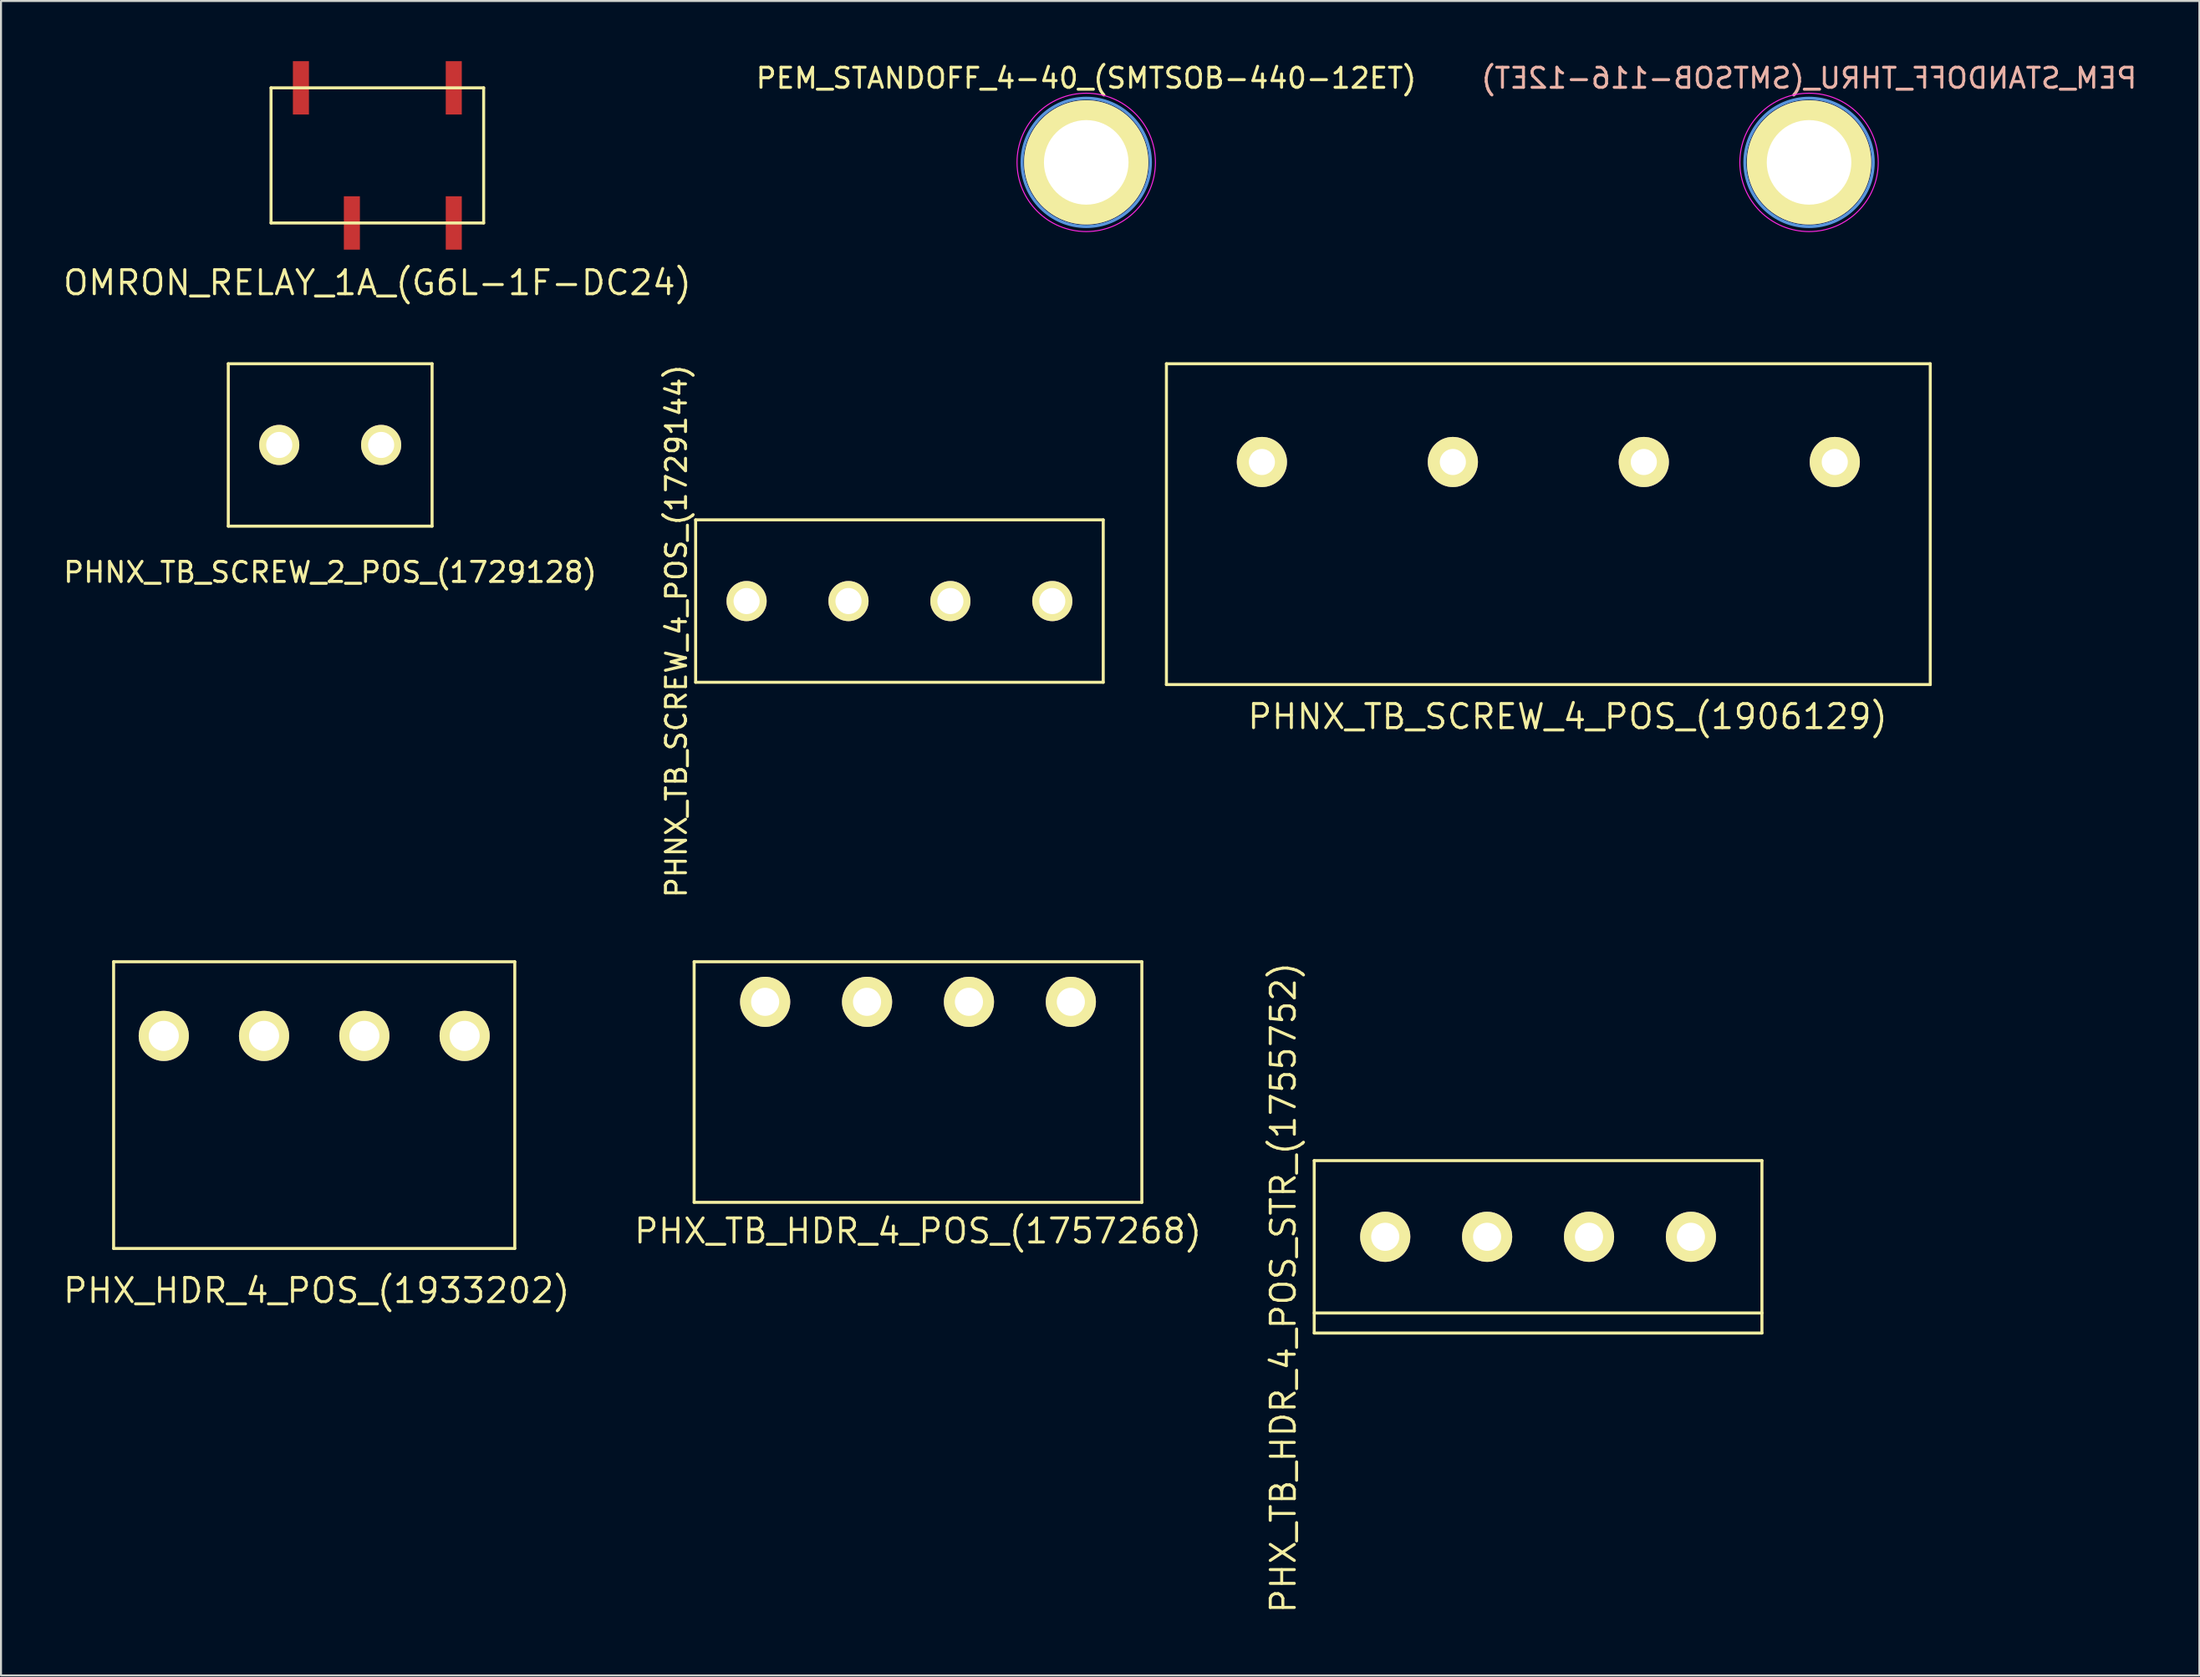
<source format=kicad_pcb>
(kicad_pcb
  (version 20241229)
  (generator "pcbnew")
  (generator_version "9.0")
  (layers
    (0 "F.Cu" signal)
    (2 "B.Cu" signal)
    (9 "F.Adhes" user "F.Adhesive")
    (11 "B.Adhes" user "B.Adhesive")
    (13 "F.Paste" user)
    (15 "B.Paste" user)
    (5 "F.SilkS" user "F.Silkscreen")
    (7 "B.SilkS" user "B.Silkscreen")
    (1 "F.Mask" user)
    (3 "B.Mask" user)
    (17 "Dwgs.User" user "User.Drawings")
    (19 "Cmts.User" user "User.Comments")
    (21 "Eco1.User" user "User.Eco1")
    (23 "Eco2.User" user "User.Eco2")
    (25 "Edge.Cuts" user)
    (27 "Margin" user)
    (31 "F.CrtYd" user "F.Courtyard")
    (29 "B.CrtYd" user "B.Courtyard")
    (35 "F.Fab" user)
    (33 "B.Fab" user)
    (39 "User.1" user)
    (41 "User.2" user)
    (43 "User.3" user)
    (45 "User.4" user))
  (footprint "PHX_TB_HDR_4_POS_(1757268)"
    (layer "F.Cu")
    (at 35.095 46.912)
    (property "Reference" "PHX_TB_HDR_4_POS_(1757268)" (at 7.62 11.43 0) (layer "F.SilkS") (effects (font (size 1.2 1.2) (thickness 0.15))))
    (attr through_hole)
    (fp_line (start -3.54 -2) (end -3.54 10) (stroke (width 0.15) (type solid)) (layer "F.SilkS"))
    (fp_line (start -3.54 -2) (end 18.78 -2) (stroke (width 0.15) (type solid)) (layer "F.SilkS"))
    (fp_line (start 18.78 -2) (end 18.78 10) (stroke (width 0.15) (type solid)) (layer "F.SilkS"))
    (fp_line (start 18.78 10) (end -3.54 10) (stroke (width 0.15) (type solid)) (layer "F.SilkS"))
    (pad "1" thru_hole circle (at 0 0) (size 2.5 2.5) (drill 1.4) (layers "*.Cu" "*.Mask" "F.SilkS"))
    (pad "2" thru_hole circle (at 5.08 0) (size 2.5 2.5) (drill 1.4) (layers "*.Cu" "*.Mask" "F.SilkS"))
    (pad "3" thru_hole circle (at 10.16 0) (size 2.5 2.5) (drill 1.4) (layers "*.Cu" "*.Mask" "F.SilkS"))
    (pad "4" thru_hole circle (at 15.24 0) (size 2.5 2.5) (drill 1.4) (layers "*.Cu" "*.Mask" "F.SilkS")))
  (footprint "OMRON_RELAY_1A_(G6L-1F-DC24)"
    (layer "F.Cu")
    (at 15.762 4.7)
    (property "Reference" "OMRON_RELAY_1A_(G6L-1F-DC24)" (at 0 6.35 180) (layer "F.SilkS") (effects (font (size 1.2 1.2) (thickness 0.15))))
    (attr through_hole)
    (fp_line (start -5.3 -3.37) (end -5.3 3.37) (stroke (width 0.15) (type solid)) (layer "F.SilkS"))
    (fp_line (start -5.3 3.37) (end 5.3 3.37) (stroke (width 0.15) (type solid)) (layer "F.SilkS"))
    (fp_line (start 5.3 -3.37) (end -5.3 -3.37) (stroke (width 0.15) (type solid)) (layer "F.SilkS"))
    (fp_line (start 5.3 3.37) (end 5.3 -3.37) (stroke (width 0.15) (type solid)) (layer "F.SilkS"))
    (pad "2" smd rect (at -1.27 3.37) (size 0.8 2.66) (layers "F.Cu" "F.Mask" "F.Paste"))
    (pad "4" smd rect (at 3.81 3.37) (size 0.8 2.66) (layers "F.Cu" "F.Mask" "F.Paste"))
    (pad "5" smd rect (at 3.81 -3.37) (size 0.8 2.66) (layers "F.Cu" "F.Mask" "F.Paste"))
    (pad "8" smd rect (at -3.81 -3.37) (size 0.8 2.66) (layers "F.Cu" "F.Mask" "F.Paste")))
  (footprint "PHX_HDR_4_POS_(1933202)"
    (layer "F.Cu")
    (at 5.114 48.612)
    (property "Reference" "PHX_HDR_4_POS_(1933202)" (at 7.62 12.7 0) (layer "F.SilkS") (effects (font (size 1.2 1.2) (thickness 0.15))))
    (attr through_hole)
    (fp_line (start -2.5 -3.7) (end -2.5 10.6) (stroke (width 0.15) (type solid)) (layer "F.SilkS"))
    (fp_line (start -2.5 -3.7) (end 17.5 -3.7) (stroke (width 0.15) (type solid)) (layer "F.SilkS"))
    (fp_line (start 17.5 -3.7) (end 17.5 10.6) (stroke (width 0.15) (type solid)) (layer "F.SilkS"))
    (fp_line (start 17.5 10.6) (end -2.5 10.6) (stroke (width 0.15) (type solid)) (layer "F.SilkS"))
    (pad "1" thru_hole circle (at 0 0) (size 2.5 2.5) (drill 1.5) (layers "*.Cu" "*.Mask" "F.SilkS"))
    (pad "2" thru_hole circle (at 5 0) (size 2.5 2.5) (drill 1.5) (layers "*.Cu" "*.Mask" "F.SilkS"))
    (pad "3" thru_hole circle (at 10 0) (size 2.5 2.5) (drill 1.5) (layers "*.Cu" "*.Mask" "F.SilkS"))
    (pad "4" thru_hole circle (at 15 0) (size 2.5 2.5) (drill 1.5) (layers "*.Cu" "*.Mask" "F.SilkS")))
  (footprint "PHNX_TB_SCREW_4_POS_(1729144)"
    (layer "F.Cu")
    (at 34.17 26.926)
    (property "Reference" "PHNX_TB_SCREW_4_POS_(1729144)" (at -3.5 1.5 90) (layer "F.SilkS") (effects (font (size 1 1) (thickness 0.15))))
    (attr through_hole)
    (fp_line (start -2.54 -4.05) (end -2.54 4.05) (stroke (width 0.15) (type solid)) (layer "F.SilkS"))
    (fp_line (start -2.54 4.05) (end 17.78 4.05) (stroke (width 0.15) (type solid)) (layer "F.SilkS"))
    (fp_line (start 17.78 -4.05) (end -2.54 -4.05) (stroke (width 0.15) (type solid)) (layer "F.SilkS"))
    (fp_line (start 17.78 4.05) (end 17.78 -4.05) (stroke (width 0.15) (type solid)) (layer "F.SilkS"))
    (pad "1" thru_hole circle (at 0 0) (size 2 2) (drill 1.3) (layers "*.Cu" "*.Mask" "F.SilkS"))
    (pad "2" thru_hole circle (at 5.08 0) (size 2 2) (drill 1.3) (layers "*.Cu" "*.Mask" "F.SilkS"))
    (pad "3" thru_hole circle (at 10.16 0) (size 2 2) (drill 1.3) (layers "*.Cu" "*.Mask" "F.SilkS"))
    (pad "4" thru_hole circle (at 15.24 0) (size 2 2) (drill 1.3) (layers "*.Cu" "*.Mask" "F.SilkS")))
  (footprint "PHX_TB_HDR_4_POS_STR_(1755752)"
    (layer "F.Cu")
    (at 66.008 58.63)
    (property "Reference" "PHX_TB_HDR_4_POS_STR_(1755752)" (at -5.08 2.54 90) (layer "F.SilkS") (effects (font (size 1.2 1.2) (thickness 0.15))))
    (attr through_hole)
    (fp_line (start -3.54 -3.8) (end -3.54 4.8) (stroke (width 0.15) (type solid)) (layer "F.SilkS"))
    (fp_line (start -3.54 -3.8) (end 18.78 -3.8) (stroke (width 0.15) (type solid)) (layer "F.SilkS"))
    (fp_line (start 18.78 -3.8) (end 18.78 4.8) (stroke (width 0.15) (type solid)) (layer "F.SilkS"))
    (fp_line (start 18.78 3.8) (end -3.54 3.8) (stroke (width 0.15) (type solid)) (layer "F.SilkS"))
    (fp_line (start 18.78 4.8) (end -3.54 4.8) (stroke (width 0.15) (type solid)) (layer "F.SilkS"))
    (pad "1" thru_hole circle (at 0 0) (size 2.5 2.5) (drill 1.4) (layers "*.Cu" "*.Mask" "F.SilkS"))
    (pad "2" thru_hole circle (at 5.08 0) (size 2.5 2.5) (drill 1.4) (layers "*.Cu" "*.Mask" "F.SilkS"))
    (pad "3" thru_hole circle (at 10.16 0) (size 2.5 2.5) (drill 1.4) (layers "*.Cu" "*.Mask" "F.SilkS"))
    (pad "4" thru_hole circle (at 15.24 0) (size 2.5 2.5) (drill 1.4) (layers "*.Cu" "*.Mask" "F.SilkS")))
  (footprint "PHNX_TB_SCREW_2_POS_(1729128)"
    (layer "F.Cu")
    (at 10.871 19.14)
    (property "Reference" "PHNX_TB_SCREW_2_POS_(1729128)" (at 2.54 6.35 0) (layer "F.SilkS") (effects (font (size 1 1) (thickness 0.15))))
    (attr through_hole)
    (fp_line (start -2.54 -4.05) (end -2.54 4.05) (stroke (width 0.15) (type solid)) (layer "F.SilkS"))
    (fp_line (start -2.54 4.05) (end 7.62 4.05) (stroke (width 0.15) (type solid)) (layer "F.SilkS"))
    (fp_line (start 7.62 -4.05) (end -2.54 -4.05) (stroke (width 0.15) (type solid)) (layer "F.SilkS"))
    (fp_line (start 7.62 4.05) (end 7.62 -4.05) (stroke (width 0.15) (type solid)) (layer "F.SilkS"))
    (pad "1" thru_hole circle (at 0 0) (size 2 2) (drill 1.3) (layers "*.Cu" "*.Mask" "F.SilkS"))
    (pad "2" thru_hole circle (at 5.08 0) (size 2 2) (drill 1.3) (layers "*.Cu" "*.Mask" "F.SilkS")))
  (footprint "PEM_STANDOFF_4-40_(SMTSOB-440-12ET)"
    (layer "F.Cu")
    (at 51.102 5.048)
    (property "Reference" "PEM_STANDOFF_4-40_(SMTSOB-440-12ET)" (at 0 -4.2 0) (layer "F.SilkS") (effects (font (size 1 1) (thickness 0.15))))
    (attr through_hole)
    (fp_circle (center 0 0) (end 3.2 0) (stroke (width 0.15) (type solid)) (fill no) (layer "Cmts.User"))
    (fp_circle (center 0 0) (end 3.45 0) (stroke (width 0.05) (type solid)) (fill no) (layer "F.CrtYd"))
    (pad "" np_thru_hole circle (at 0 0) (size 6.198 6.198) (drill 4.216) (layers "*.Cu" "*.Mask" "F.SilkS")))
  (footprint "PHNX_TB_SCREW_4_POS_(1906129)"
    (layer "F.Cu")
    (at 59.86 19.99)
    (property "Reference" "PHNX_TB_SCREW_4_POS_(1906129)" (at 15.24 12.7 0) (layer "F.SilkS") (effects (font (size 1.2 1.2) (thickness 0.15))))
    (attr through_hole)
    (fp_line (start -4.76 -4.9) (end -4.76 11.1) (stroke (width 0.15) (type solid)) (layer "F.SilkS"))
    (fp_line (start -4.76 -4.9) (end 33.32 -4.9) (stroke (width 0.15) (type solid)) (layer "F.SilkS"))
    (fp_line (start -4.76 11.1) (end 33.32 11.1) (stroke (width 0.15) (type solid)) (layer "F.SilkS"))
    (fp_line (start 33.32 -4.9) (end 33.32 11.1) (stroke (width 0.15) (type solid)) (layer "F.SilkS"))
    (pad "1" thru_hole circle (at 0 0) (size 2.5 2.5) (drill 1.3) (layers "*.Cu" "*.Mask" "F.SilkS"))
    (pad "2" thru_hole circle (at 9.52 0) (size 2.5 2.5) (drill 1.3) (layers "*.Cu" "*.Mask" "F.SilkS"))
    (pad "3" thru_hole circle (at 19.04 0) (size 2.5 2.5) (drill 1.3) (layers "*.Cu" "*.Mask" "F.SilkS"))
    (pad "4" thru_hole circle (at 28.56 0) (size 2.5 2.5) (drill 1.3) (layers "*.Cu" "*.Mask" "F.SilkS")))
  (footprint "PEM_STANDOFF_THRU_(SMTSOB-116-12ET)"
    (layer "F.Cu")
    (at 87.137 5.048)
    (property "Reference" "PEM_STANDOFF_THRU_(SMTSOB-116-12ET)" (at 0 -4.2 0) (layer "B.SilkS") (effects (font (size 1 1) (thickness 0.15)) (justify mirror)))
    (attr through_hole)
    (fp_circle (center 0 0) (end 3.2 0) (stroke (width 0.15) (type solid)) (fill no) (layer "Cmts.User"))
    (fp_circle (center 0 0) (end 3.45 0) (stroke (width 0.05) (type solid)) (fill no) (layer "F.CrtYd"))
    (pad "" np_thru_hole circle (at 0 0) (size 6.198 6.198) (drill 4.216) (layers "*.Cu" "*.Mask" "F.SilkS")))
  (gr_rect
    (start -3 -3)
    (end 106.596 80.504)
    (stroke (width 0.1) (type default))
    (fill no)
    (layer "Edge.Cuts")))
</source>
